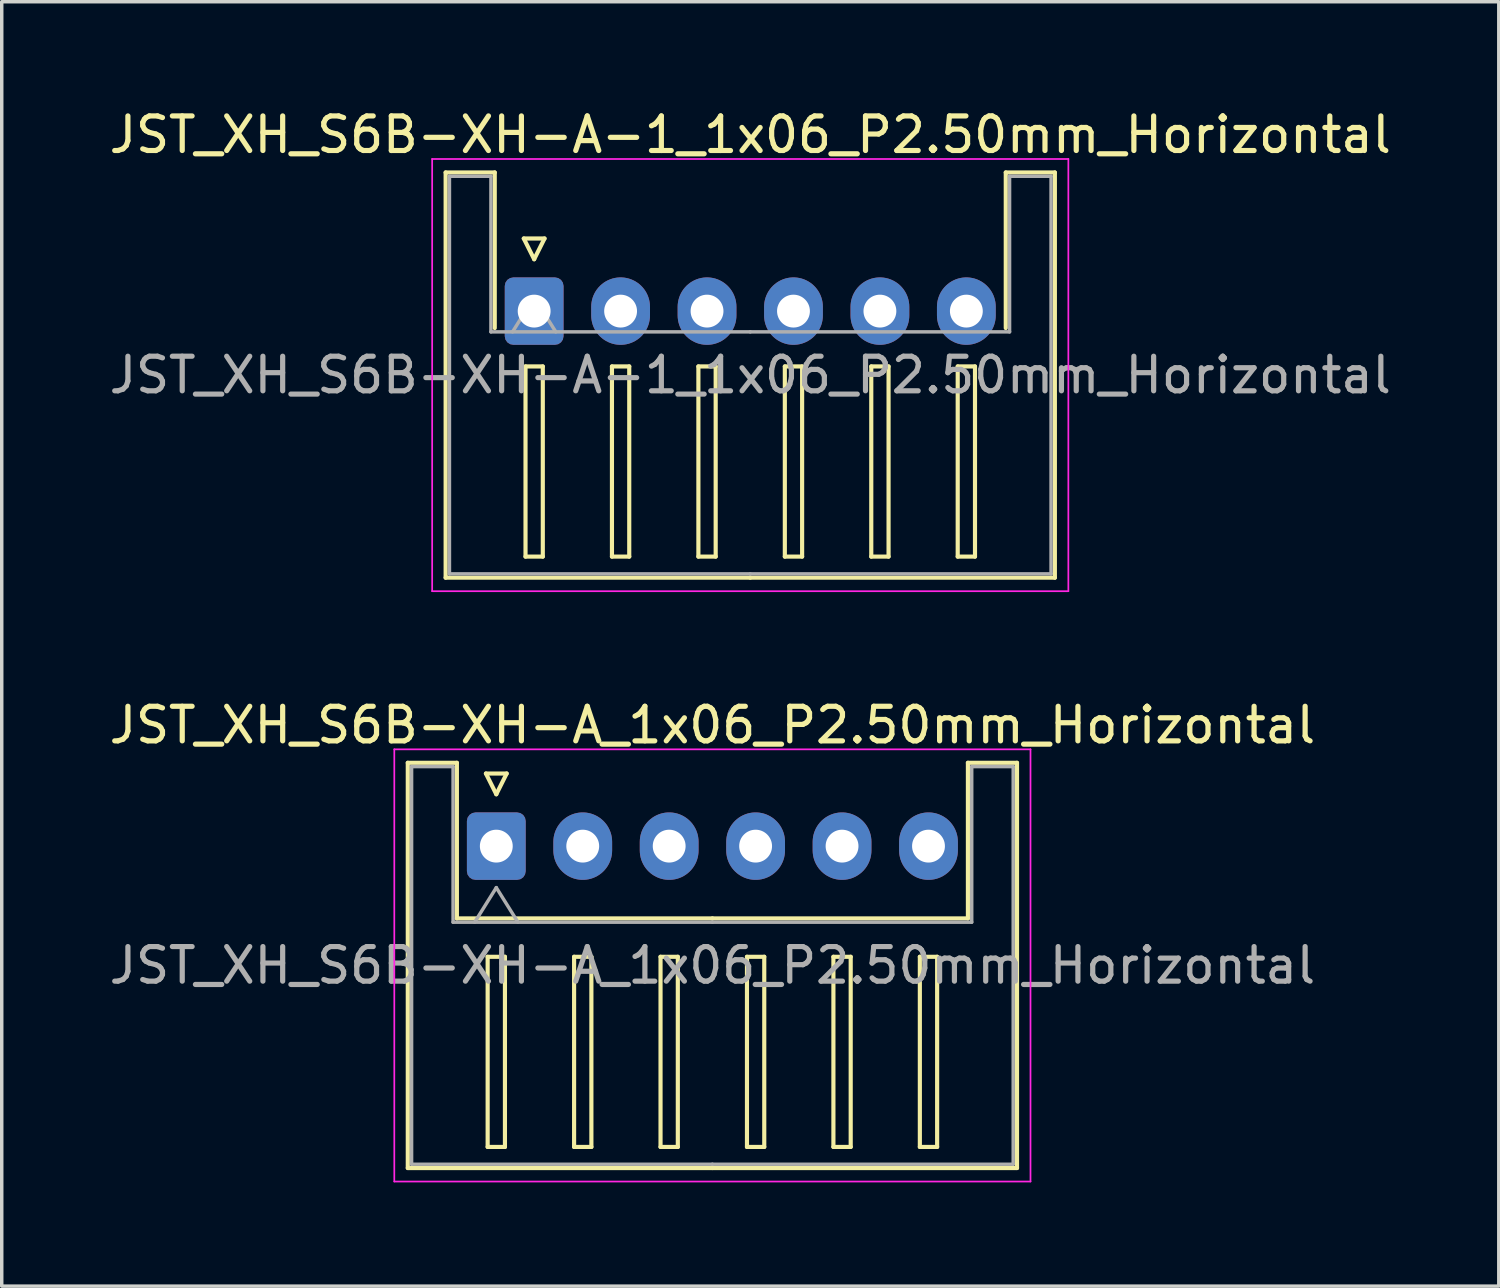
<source format=kicad_pcb>
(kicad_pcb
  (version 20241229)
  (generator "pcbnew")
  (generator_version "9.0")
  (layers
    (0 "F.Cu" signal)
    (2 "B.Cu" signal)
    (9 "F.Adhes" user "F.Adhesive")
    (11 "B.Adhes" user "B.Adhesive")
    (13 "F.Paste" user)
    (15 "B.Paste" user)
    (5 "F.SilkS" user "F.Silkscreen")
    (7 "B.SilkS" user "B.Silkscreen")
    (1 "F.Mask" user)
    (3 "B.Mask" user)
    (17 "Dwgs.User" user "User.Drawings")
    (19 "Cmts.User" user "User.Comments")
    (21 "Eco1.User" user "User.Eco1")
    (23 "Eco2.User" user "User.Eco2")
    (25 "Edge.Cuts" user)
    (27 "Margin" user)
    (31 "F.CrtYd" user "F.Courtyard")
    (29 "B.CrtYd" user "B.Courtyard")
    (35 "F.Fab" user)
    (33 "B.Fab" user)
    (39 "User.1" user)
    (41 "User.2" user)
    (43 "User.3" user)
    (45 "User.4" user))
  (footprint "JST_XH_S6B-XH-A-1_1x06_P2.50mm_Horizontal"
    (layer "F.Cu")
    (at 12.399 5.948)
    (property "Reference" "JST_XH_S6B-XH-A-1_1x06_P2.50mm_Horizontal" (at 6.25 -5.1 0) (layer "F.SilkS") (effects (font (size 1 1) (thickness 0.15))))
    (attr through_hole)
    (fp_line (start -2.56 -4.01) (end -1.14 -4.01) (stroke (width 0.12) (type solid)) (layer "F.SilkS"))
    (fp_line (start -2.56 7.71) (end -2.56 -4.01) (stroke (width 0.12) (type solid)) (layer "F.SilkS"))
    (fp_line (start -1.14 -4.01) (end -1.14 0.49) (stroke (width 0.12) (type solid)) (layer "F.SilkS"))
    (fp_line (start -0.3 -2.1) (end 0.3 -2.1) (stroke (width 0.12) (type solid)) (layer "F.SilkS"))
    (fp_line (start -0.25 1.6) (end -0.25 7.1) (stroke (width 0.12) (type solid)) (layer "F.SilkS"))
    (fp_line (start -0.25 7.1) (end 0.25 7.1) (stroke (width 0.12) (type solid)) (layer "F.SilkS"))
    (fp_line (start 0 -1.5) (end -0.3 -2.1) (stroke (width 0.12) (type solid)) (layer "F.SilkS"))
    (fp_line (start 0.25 1.6) (end -0.25 1.6) (stroke (width 0.12) (type solid)) (layer "F.SilkS"))
    (fp_line (start 0.25 7.1) (end 0.25 1.6) (stroke (width 0.12) (type solid)) (layer "F.SilkS"))
    (fp_line (start 0.3 -2.1) (end 0 -1.5) (stroke (width 0.12) (type solid)) (layer "F.SilkS"))
    (fp_line (start 2.25 1.6) (end 2.25 7.1) (stroke (width 0.12) (type solid)) (layer "F.SilkS"))
    (fp_line (start 2.25 7.1) (end 2.75 7.1) (stroke (width 0.12) (type solid)) (layer "F.SilkS"))
    (fp_line (start 2.75 1.6) (end 2.25 1.6) (stroke (width 0.12) (type solid)) (layer "F.SilkS"))
    (fp_line (start 2.75 7.1) (end 2.75 1.6) (stroke (width 0.12) (type solid)) (layer "F.SilkS"))
    (fp_line (start 4.75 1.6) (end 4.75 7.1) (stroke (width 0.12) (type solid)) (layer "F.SilkS"))
    (fp_line (start 4.75 7.1) (end 5.25 7.1) (stroke (width 0.12) (type solid)) (layer "F.SilkS"))
    (fp_line (start 5.25 1.6) (end 4.75 1.6) (stroke (width 0.12) (type solid)) (layer "F.SilkS"))
    (fp_line (start 5.25 7.1) (end 5.25 1.6) (stroke (width 0.12) (type solid)) (layer "F.SilkS"))
    (fp_line (start 6.25 7.71) (end -2.56 7.71) (stroke (width 0.12) (type solid)) (layer "F.SilkS"))
    (fp_line (start 6.25 7.71) (end 15.06 7.71) (stroke (width 0.12) (type solid)) (layer "F.SilkS"))
    (fp_line (start 7.25 1.6) (end 7.25 7.1) (stroke (width 0.12) (type solid)) (layer "F.SilkS"))
    (fp_line (start 7.25 7.1) (end 7.75 7.1) (stroke (width 0.12) (type solid)) (layer "F.SilkS"))
    (fp_line (start 7.75 1.6) (end 7.25 1.6) (stroke (width 0.12) (type solid)) (layer "F.SilkS"))
    (fp_line (start 7.75 7.1) (end 7.75 1.6) (stroke (width 0.12) (type solid)) (layer "F.SilkS"))
    (fp_line (start 9.75 1.6) (end 9.75 7.1) (stroke (width 0.12) (type solid)) (layer "F.SilkS"))
    (fp_line (start 9.75 7.1) (end 10.25 7.1) (stroke (width 0.12) (type solid)) (layer "F.SilkS"))
    (fp_line (start 10.25 1.6) (end 9.75 1.6) (stroke (width 0.12) (type solid)) (layer "F.SilkS"))
    (fp_line (start 10.25 7.1) (end 10.25 1.6) (stroke (width 0.12) (type solid)) (layer "F.SilkS"))
    (fp_line (start 12.25 1.6) (end 12.25 7.1) (stroke (width 0.12) (type solid)) (layer "F.SilkS"))
    (fp_line (start 12.25 7.1) (end 12.75 7.1) (stroke (width 0.12) (type solid)) (layer "F.SilkS"))
    (fp_line (start 12.75 1.6) (end 12.25 1.6) (stroke (width 0.12) (type solid)) (layer "F.SilkS"))
    (fp_line (start 12.75 7.1) (end 12.75 1.6) (stroke (width 0.12) (type solid)) (layer "F.SilkS"))
    (fp_line (start 13.64 -4.01) (end 13.64 0.49) (stroke (width 0.12) (type solid)) (layer "F.SilkS"))
    (fp_line (start 15.06 -4.01) (end 13.64 -4.01) (stroke (width 0.12) (type solid)) (layer "F.SilkS"))
    (fp_line (start 15.06 7.71) (end 15.06 -4.01) (stroke (width 0.12) (type solid)) (layer "F.SilkS"))
    (fp_line (start -2.95 -4.4) (end -2.95 8.1) (stroke (width 0.05) (type solid)) (layer "F.CrtYd"))
    (fp_line (start -2.95 8.1) (end 15.45 8.1) (stroke (width 0.05) (type solid)) (layer "F.CrtYd"))
    (fp_line (start 15.45 -4.4) (end -2.95 -4.4) (stroke (width 0.05) (type solid)) (layer "F.CrtYd"))
    (fp_line (start 15.45 8.1) (end 15.45 -4.4) (stroke (width 0.05) (type solid)) (layer "F.CrtYd"))
    (fp_line (start -2.45 -3.9) (end -1.25 -3.9) (stroke (width 0.1) (type solid)) (layer "F.Fab"))
    (fp_line (start -2.45 7.6) (end -2.45 -3.9) (stroke (width 0.1) (type solid)) (layer "F.Fab"))
    (fp_line (start -1.25 -3.9) (end -1.25 0.6) (stroke (width 0.1) (type solid)) (layer "F.Fab"))
    (fp_line (start -1.25 0.6) (end 6.25 0.6) (stroke (width 0.1) (type solid)) (layer "F.Fab"))
    (fp_line (start -0.625 0.6) (end 0 -0.4) (stroke (width 0.1) (type solid)) (layer "F.Fab"))
    (fp_line (start 0 -0.4) (end 0.625 0.6) (stroke (width 0.1) (type solid)) (layer "F.Fab"))
    (fp_line (start 6.25 7.6) (end -2.45 7.6) (stroke (width 0.1) (type solid)) (layer "F.Fab"))
    (fp_line (start 6.25 7.6) (end 14.95 7.6) (stroke (width 0.1) (type solid)) (layer "F.Fab"))
    (fp_line (start 13.75 -3.9) (end 13.75 0.6) (stroke (width 0.1) (type solid)) (layer "F.Fab"))
    (fp_line (start 13.75 0.6) (end 6.25 0.6) (stroke (width 0.1) (type solid)) (layer "F.Fab"))
    (fp_line (start 14.95 -3.9) (end 13.75 -3.9) (stroke (width 0.1) (type solid)) (layer "F.Fab"))
    (fp_line (start 14.95 7.6) (end 14.95 -3.9) (stroke (width 0.1) (type solid)) (layer "F.Fab"))
    (fp_text user "${REFERENCE}" (at 6.25 1.85 0) (layer "F.Fab") (effects (font (size 1 1) (thickness 0.15))))
    (pad "1" thru_hole roundrect (at 0 0) (size 1.7 1.95) (drill 0.95) (layers "*.Cu" "*.Mask") (roundrect_rratio 0.147))
    (pad "2" thru_hole oval (at 2.5 0) (size 1.7 1.95) (drill 0.95) (layers "*.Cu" "*.Mask"))
    (pad "3" thru_hole oval (at 5 0) (size 1.7 1.95) (drill 0.95) (layers "*.Cu" "*.Mask"))
    (pad "4" thru_hole oval (at 7.5 0) (size 1.7 1.95) (drill 0.95) (layers "*.Cu" "*.Mask"))
    (pad "5" thru_hole oval (at 10 0) (size 1.7 1.95) (drill 0.95) (layers "*.Cu" "*.Mask"))
    (pad "6" thru_hole oval (at 12.5 0) (size 1.7 1.95) (drill 0.95) (layers "*.Cu" "*.Mask")))
  (footprint "JST_XH_S6B-XH-A_1x06_P2.50mm_Horizontal"
    (layer "F.Cu")
    (at 11.304 21.422)
    (property "Reference" "JST_XH_S6B-XH-A_1x06_P2.50mm_Horizontal" (at 6.25 -3.5 0) (layer "F.SilkS") (effects (font (size 1 1) (thickness 0.15))))
    (attr through_hole)
    (fp_line (start -2.56 -2.41) (end -1.14 -2.41) (stroke (width 0.12) (type solid)) (layer "F.SilkS"))
    (fp_line (start -2.56 9.31) (end -2.56 -2.41) (stroke (width 0.12) (type solid)) (layer "F.SilkS"))
    (fp_line (start -1.14 -2.41) (end -1.14 2.09) (stroke (width 0.12) (type solid)) (layer "F.SilkS"))
    (fp_line (start -1.14 2.09) (end 6.25 2.09) (stroke (width 0.12) (type solid)) (layer "F.SilkS"))
    (fp_line (start -0.3 -2.1) (end 0.3 -2.1) (stroke (width 0.12) (type solid)) (layer "F.SilkS"))
    (fp_line (start -0.25 3.2) (end -0.25 8.7) (stroke (width 0.12) (type solid)) (layer "F.SilkS"))
    (fp_line (start -0.25 8.7) (end 0.25 8.7) (stroke (width 0.12) (type solid)) (layer "F.SilkS"))
    (fp_line (start 0 -1.5) (end -0.3 -2.1) (stroke (width 0.12) (type solid)) (layer "F.SilkS"))
    (fp_line (start 0.25 3.2) (end -0.25 3.2) (stroke (width 0.12) (type solid)) (layer "F.SilkS"))
    (fp_line (start 0.25 8.7) (end 0.25 3.2) (stroke (width 0.12) (type solid)) (layer "F.SilkS"))
    (fp_line (start 0.3 -2.1) (end 0 -1.5) (stroke (width 0.12) (type solid)) (layer "F.SilkS"))
    (fp_line (start 2.25 3.2) (end 2.25 8.7) (stroke (width 0.12) (type solid)) (layer "F.SilkS"))
    (fp_line (start 2.25 8.7) (end 2.75 8.7) (stroke (width 0.12) (type solid)) (layer "F.SilkS"))
    (fp_line (start 2.75 3.2) (end 2.25 3.2) (stroke (width 0.12) (type solid)) (layer "F.SilkS"))
    (fp_line (start 2.75 8.7) (end 2.75 3.2) (stroke (width 0.12) (type solid)) (layer "F.SilkS"))
    (fp_line (start 4.75 3.2) (end 4.75 8.7) (stroke (width 0.12) (type solid)) (layer "F.SilkS"))
    (fp_line (start 4.75 8.7) (end 5.25 8.7) (stroke (width 0.12) (type solid)) (layer "F.SilkS"))
    (fp_line (start 5.25 3.2) (end 4.75 3.2) (stroke (width 0.12) (type solid)) (layer "F.SilkS"))
    (fp_line (start 5.25 8.7) (end 5.25 3.2) (stroke (width 0.12) (type solid)) (layer "F.SilkS"))
    (fp_line (start 6.25 9.31) (end -2.56 9.31) (stroke (width 0.12) (type solid)) (layer "F.SilkS"))
    (fp_line (start 6.25 9.31) (end 15.06 9.31) (stroke (width 0.12) (type solid)) (layer "F.SilkS"))
    (fp_line (start 7.25 3.2) (end 7.25 8.7) (stroke (width 0.12) (type solid)) (layer "F.SilkS"))
    (fp_line (start 7.25 8.7) (end 7.75 8.7) (stroke (width 0.12) (type solid)) (layer "F.SilkS"))
    (fp_line (start 7.75 3.2) (end 7.25 3.2) (stroke (width 0.12) (type solid)) (layer "F.SilkS"))
    (fp_line (start 7.75 8.7) (end 7.75 3.2) (stroke (width 0.12) (type solid)) (layer "F.SilkS"))
    (fp_line (start 9.75 3.2) (end 9.75 8.7) (stroke (width 0.12) (type solid)) (layer "F.SilkS"))
    (fp_line (start 9.75 8.7) (end 10.25 8.7) (stroke (width 0.12) (type solid)) (layer "F.SilkS"))
    (fp_line (start 10.25 3.2) (end 9.75 3.2) (stroke (width 0.12) (type solid)) (layer "F.SilkS"))
    (fp_line (start 10.25 8.7) (end 10.25 3.2) (stroke (width 0.12) (type solid)) (layer "F.SilkS"))
    (fp_line (start 12.25 3.2) (end 12.25 8.7) (stroke (width 0.12) (type solid)) (layer "F.SilkS"))
    (fp_line (start 12.25 8.7) (end 12.75 8.7) (stroke (width 0.12) (type solid)) (layer "F.SilkS"))
    (fp_line (start 12.75 3.2) (end 12.25 3.2) (stroke (width 0.12) (type solid)) (layer "F.SilkS"))
    (fp_line (start 12.75 8.7) (end 12.75 3.2) (stroke (width 0.12) (type solid)) (layer "F.SilkS"))
    (fp_line (start 13.64 -2.41) (end 13.64 2.09) (stroke (width 0.12) (type solid)) (layer "F.SilkS"))
    (fp_line (start 13.64 2.09) (end 6.25 2.09) (stroke (width 0.12) (type solid)) (layer "F.SilkS"))
    (fp_line (start 15.06 -2.41) (end 13.64 -2.41) (stroke (width 0.12) (type solid)) (layer "F.SilkS"))
    (fp_line (start 15.06 9.31) (end 15.06 -2.41) (stroke (width 0.12) (type solid)) (layer "F.SilkS"))
    (fp_line (start -2.95 -2.8) (end -2.95 9.7) (stroke (width 0.05) (type solid)) (layer "F.CrtYd"))
    (fp_line (start -2.95 9.7) (end 15.45 9.7) (stroke (width 0.05) (type solid)) (layer "F.CrtYd"))
    (fp_line (start 15.45 -2.8) (end -2.95 -2.8) (stroke (width 0.05) (type solid)) (layer "F.CrtYd"))
    (fp_line (start 15.45 9.7) (end 15.45 -2.8) (stroke (width 0.05) (type solid)) (layer "F.CrtYd"))
    (fp_line (start -2.45 -2.3) (end -1.25 -2.3) (stroke (width 0.1) (type solid)) (layer "F.Fab"))
    (fp_line (start -2.45 9.2) (end -2.45 -2.3) (stroke (width 0.1) (type solid)) (layer "F.Fab"))
    (fp_line (start -1.25 -2.3) (end -1.25 2.2) (stroke (width 0.1) (type solid)) (layer "F.Fab"))
    (fp_line (start -1.25 2.2) (end 6.25 2.2) (stroke (width 0.1) (type solid)) (layer "F.Fab"))
    (fp_line (start -0.625 2.2) (end 0 1.2) (stroke (width 0.1) (type solid)) (layer "F.Fab"))
    (fp_line (start 0 1.2) (end 0.625 2.2) (stroke (width 0.1) (type solid)) (layer "F.Fab"))
    (fp_line (start 6.25 9.2) (end -2.45 9.2) (stroke (width 0.1) (type solid)) (layer "F.Fab"))
    (fp_line (start 6.25 9.2) (end 14.95 9.2) (stroke (width 0.1) (type solid)) (layer "F.Fab"))
    (fp_line (start 13.75 -2.3) (end 13.75 2.2) (stroke (width 0.1) (type solid)) (layer "F.Fab"))
    (fp_line (start 13.75 2.2) (end 6.25 2.2) (stroke (width 0.1) (type solid)) (layer "F.Fab"))
    (fp_line (start 14.95 -2.3) (end 13.75 -2.3) (stroke (width 0.1) (type solid)) (layer "F.Fab"))
    (fp_line (start 14.95 9.2) (end 14.95 -2.3) (stroke (width 0.1) (type solid)) (layer "F.Fab"))
    (fp_text user "${REFERENCE}" (at 6.25 3.45 0) (layer "F.Fab") (effects (font (size 1 1) (thickness 0.15))))
    (pad "1" thru_hole roundrect (at 0 0) (size 1.7 1.95) (drill 0.95) (layers "*.Cu" "*.Mask") (roundrect_rratio 0.147))
    (pad "2" thru_hole oval (at 2.5 0) (size 1.7 1.95) (drill 0.95) (layers "*.Cu" "*.Mask"))
    (pad "3" thru_hole oval (at 5 0) (size 1.7 1.95) (drill 0.95) (layers "*.Cu" "*.Mask"))
    (pad "4" thru_hole oval (at 7.5 0) (size 1.7 1.95) (drill 0.95) (layers "*.Cu" "*.Mask"))
    (pad "5" thru_hole oval (at 10 0) (size 1.7 1.95) (drill 0.95) (layers "*.Cu" "*.Mask"))
    (pad "6" thru_hole oval (at 12.5 0) (size 1.7 1.95) (drill 0.95) (layers "*.Cu" "*.Mask")))
  (gr_rect
    (start -3 -3)
    (end 40.298 34.147)
    (stroke (width 0.1) (type default))
    (fill no)
    (layer "Edge.Cuts")))
</source>
